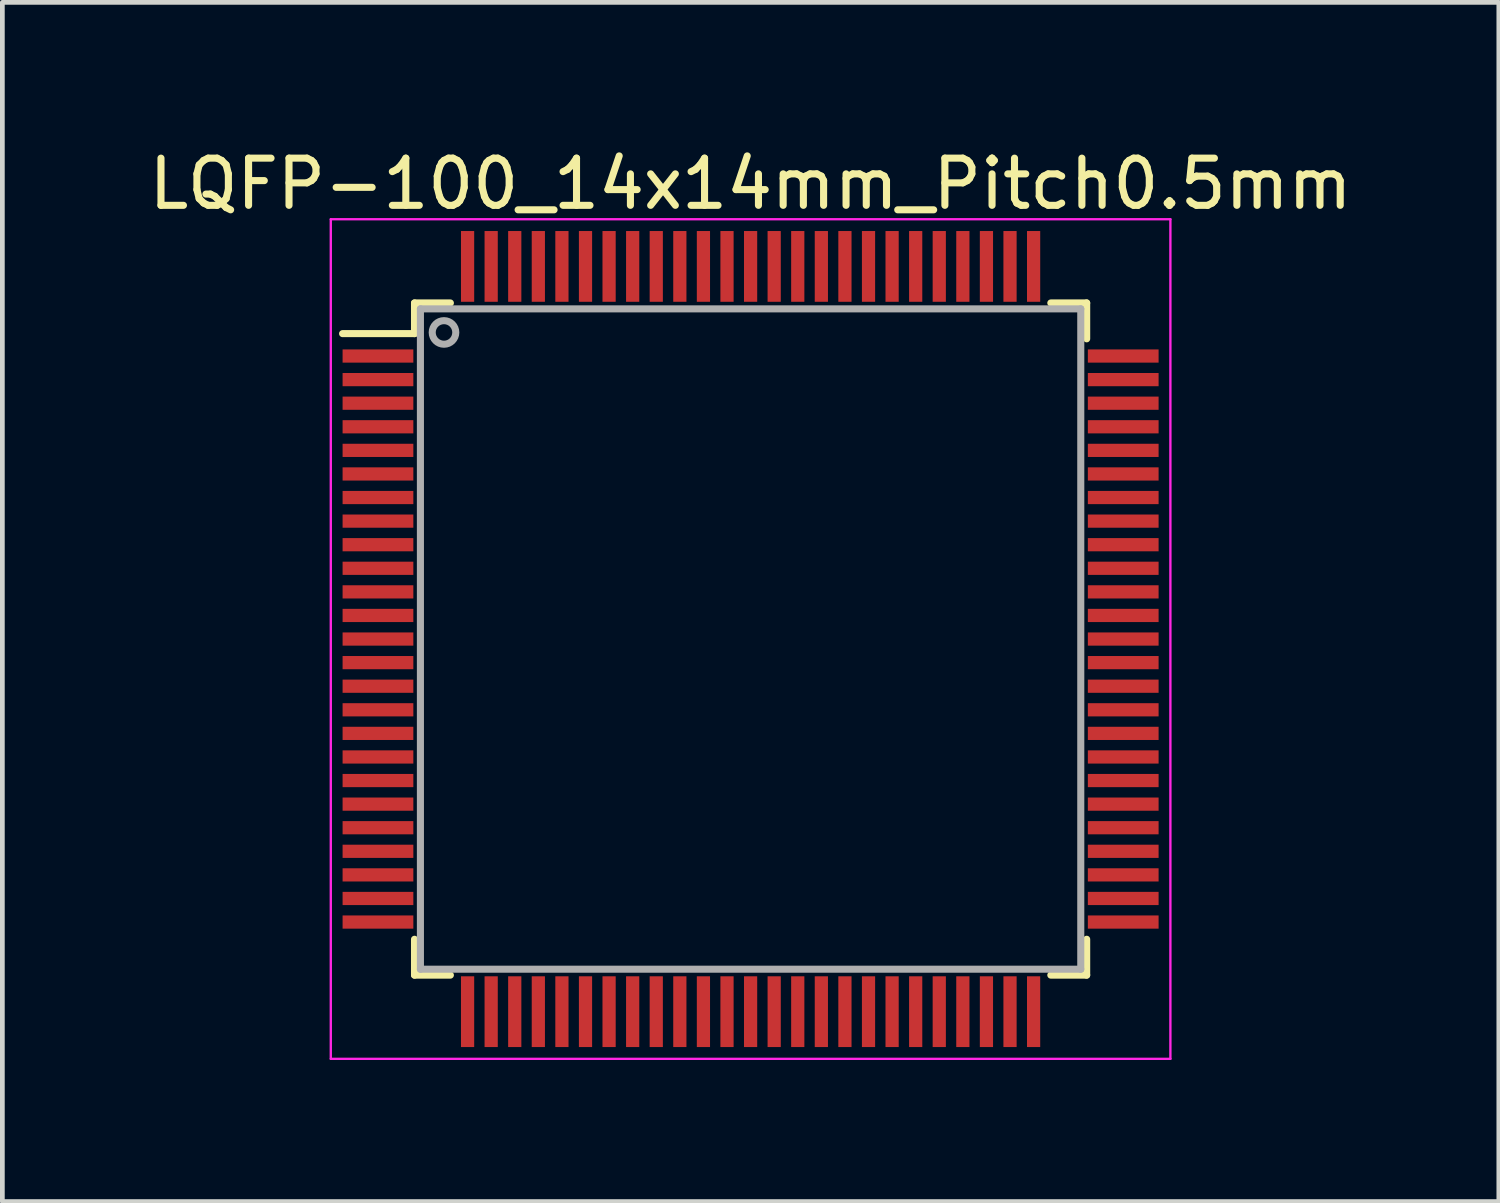
<source format=kicad_pcb>
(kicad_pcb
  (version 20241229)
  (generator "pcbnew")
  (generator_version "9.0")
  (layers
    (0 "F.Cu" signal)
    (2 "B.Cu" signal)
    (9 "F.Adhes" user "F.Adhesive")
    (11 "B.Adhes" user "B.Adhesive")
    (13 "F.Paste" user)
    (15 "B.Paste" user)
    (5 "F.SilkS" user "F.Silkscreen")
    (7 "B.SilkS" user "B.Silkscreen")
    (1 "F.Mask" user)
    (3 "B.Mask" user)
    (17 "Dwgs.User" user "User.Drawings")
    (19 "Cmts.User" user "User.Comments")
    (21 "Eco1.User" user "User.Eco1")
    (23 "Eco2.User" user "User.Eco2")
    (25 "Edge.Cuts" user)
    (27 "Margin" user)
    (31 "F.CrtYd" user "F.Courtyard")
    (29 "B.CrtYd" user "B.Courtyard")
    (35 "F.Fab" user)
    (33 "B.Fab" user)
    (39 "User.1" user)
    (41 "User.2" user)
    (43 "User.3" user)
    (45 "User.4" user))
  (footprint "LQFP-100_14x14mm_Pitch0.5mm"
    (layer "F.Cu")
    (at 12.863 10.498)
    (property "Reference" "LQFP-100_14x14mm_Pitch0.5mm" (at 0 -9.65 0) (layer "F.SilkS") (effects (font (size 1 1) (thickness 0.15))))
    (attr smd)
    (fp_line (start -7.125 -7.125) (end -7.125 -6.475) (stroke (width 0.15) (type solid)) (layer "F.SilkS"))
    (fp_line (start -7.125 -7.125) (end -6.365 -7.125) (stroke (width 0.15) (type solid)) (layer "F.SilkS"))
    (fp_line (start -7.125 -6.475) (end -8.65 -6.475) (stroke (width 0.15) (type solid)) (layer "F.SilkS"))
    (fp_line (start -7.125 7.125) (end -7.125 6.365) (stroke (width 0.15) (type solid)) (layer "F.SilkS"))
    (fp_line (start -7.125 7.125) (end -6.365 7.125) (stroke (width 0.15) (type solid)) (layer "F.SilkS"))
    (fp_line (start 7.125 -7.125) (end 6.365 -7.125) (stroke (width 0.15) (type solid)) (layer "F.SilkS"))
    (fp_line (start 7.125 -7.125) (end 7.125 -6.365) (stroke (width 0.15) (type solid)) (layer "F.SilkS"))
    (fp_line (start 7.125 7.125) (end 6.365 7.125) (stroke (width 0.15) (type solid)) (layer "F.SilkS"))
    (fp_line (start 7.125 7.125) (end 7.125 6.365) (stroke (width 0.15) (type solid)) (layer "F.SilkS"))
    (fp_line (start -8.9 -8.9) (end -8.9 8.9) (stroke (width 0.05) (type solid)) (layer "F.CrtYd"))
    (fp_line (start -8.9 -8.9) (end 8.9 -8.9) (stroke (width 0.05) (type solid)) (layer "F.CrtYd"))
    (fp_line (start -8.9 8.9) (end 8.9 8.9) (stroke (width 0.05) (type solid)) (layer "F.CrtYd"))
    (fp_line (start 8.9 -8.9) (end 8.9 8.9) (stroke (width 0.05) (type solid)) (layer "F.CrtYd"))
    (fp_line (start -7 -7) (end 7 -7) (stroke (width 0.15) (type solid)) (layer "F.Fab"))
    (fp_line (start -7 7) (end -7 -7) (stroke (width 0.15) (type solid)) (layer "F.Fab"))
    (fp_line (start 7 -7) (end 7 7) (stroke (width 0.15) (type solid)) (layer "F.Fab"))
    (fp_line (start 7 7) (end -7 7) (stroke (width 0.15) (type solid)) (layer "F.Fab"))
    (fp_circle (center -6.5 -6.5) (end -6.75 -6.5) (stroke (width 0.15) (type solid)) (fill no) (layer "F.Fab"))
    (pad "1" smd rect (at -7.9 -6) (size 1.5 0.28) (layers "F.Cu" "F.Mask" "F.Paste"))
    (pad "2" smd rect (at -7.9 -5.5) (size 1.5 0.28) (layers "F.Cu" "F.Mask" "F.Paste"))
    (pad "3" smd rect (at -7.9 -5) (size 1.5 0.28) (layers "F.Cu" "F.Mask" "F.Paste"))
    (pad "4" smd rect (at -7.9 -4.5) (size 1.5 0.28) (layers "F.Cu" "F.Mask" "F.Paste"))
    (pad "5" smd rect (at -7.9 -4) (size 1.5 0.28) (layers "F.Cu" "F.Mask" "F.Paste"))
    (pad "6" smd rect (at -7.9 -3.5) (size 1.5 0.28) (layers "F.Cu" "F.Mask" "F.Paste"))
    (pad "7" smd rect (at -7.9 -3) (size 1.5 0.28) (layers "F.Cu" "F.Mask" "F.Paste"))
    (pad "8" smd rect (at -7.9 -2.5) (size 1.5 0.28) (layers "F.Cu" "F.Mask" "F.Paste"))
    (pad "9" smd rect (at -7.9 -2) (size 1.5 0.28) (layers "F.Cu" "F.Mask" "F.Paste"))
    (pad "10" smd rect (at -7.9 -1.5) (size 1.5 0.28) (layers "F.Cu" "F.Mask" "F.Paste"))
    (pad "11" smd rect (at -7.9 -1) (size 1.5 0.28) (layers "F.Cu" "F.Mask" "F.Paste"))
    (pad "12" smd rect (at -7.9 -0.5) (size 1.5 0.28) (layers "F.Cu" "F.Mask" "F.Paste"))
    (pad "13" smd rect (at -7.9 0) (size 1.5 0.28) (layers "F.Cu" "F.Mask" "F.Paste"))
    (pad "14" smd rect (at -7.9 0.5) (size 1.5 0.28) (layers "F.Cu" "F.Mask" "F.Paste"))
    (pad "15" smd rect (at -7.9 1) (size 1.5 0.28) (layers "F.Cu" "F.Mask" "F.Paste"))
    (pad "16" smd rect (at -7.9 1.5) (size 1.5 0.28) (layers "F.Cu" "F.Mask" "F.Paste"))
    (pad "17" smd rect (at -7.9 2) (size 1.5 0.28) (layers "F.Cu" "F.Mask" "F.Paste"))
    (pad "18" smd rect (at -7.9 2.5) (size 1.5 0.28) (layers "F.Cu" "F.Mask" "F.Paste"))
    (pad "19" smd rect (at -7.9 3) (size 1.5 0.28) (layers "F.Cu" "F.Mask" "F.Paste"))
    (pad "20" smd rect (at -7.9 3.5) (size 1.5 0.28) (layers "F.Cu" "F.Mask" "F.Paste"))
    (pad "21" smd rect (at -7.9 4) (size 1.5 0.28) (layers "F.Cu" "F.Mask" "F.Paste"))
    (pad "22" smd rect (at -7.9 4.5) (size 1.5 0.28) (layers "F.Cu" "F.Mask" "F.Paste"))
    (pad "23" smd rect (at -7.9 5) (size 1.5 0.28) (layers "F.Cu" "F.Mask" "F.Paste"))
    (pad "24" smd rect (at -7.9 5.5) (size 1.5 0.28) (layers "F.Cu" "F.Mask" "F.Paste"))
    (pad "25" smd rect (at -7.9 6) (size 1.5 0.28) (layers "F.Cu" "F.Mask" "F.Paste"))
    (pad "26" smd rect (at -6 7.9 90) (size 1.5 0.28) (layers "F.Cu" "F.Mask" "F.Paste"))
    (pad "27" smd rect (at -5.5 7.9 90) (size 1.5 0.28) (layers "F.Cu" "F.Mask" "F.Paste"))
    (pad "28" smd rect (at -5 7.9 90) (size 1.5 0.28) (layers "F.Cu" "F.Mask" "F.Paste"))
    (pad "29" smd rect (at -4.5 7.9 90) (size 1.5 0.28) (layers "F.Cu" "F.Mask" "F.Paste"))
    (pad "30" smd rect (at -4 7.9 90) (size 1.5 0.28) (layers "F.Cu" "F.Mask" "F.Paste"))
    (pad "31" smd rect (at -3.5 7.9 90) (size 1.5 0.28) (layers "F.Cu" "F.Mask" "F.Paste"))
    (pad "32" smd rect (at -3 7.9 90) (size 1.5 0.28) (layers "F.Cu" "F.Mask" "F.Paste"))
    (pad "33" smd rect (at -2.5 7.9 90) (size 1.5 0.28) (layers "F.Cu" "F.Mask" "F.Paste"))
    (pad "34" smd rect (at -2 7.9 90) (size 1.5 0.28) (layers "F.Cu" "F.Mask" "F.Paste"))
    (pad "35" smd rect (at -1.5 7.9 90) (size 1.5 0.28) (layers "F.Cu" "F.Mask" "F.Paste"))
    (pad "36" smd rect (at -1 7.9 90) (size 1.5 0.28) (layers "F.Cu" "F.Mask" "F.Paste"))
    (pad "37" smd rect (at -0.5 7.9 90) (size 1.5 0.28) (layers "F.Cu" "F.Mask" "F.Paste"))
    (pad "38" smd rect (at 0 7.9 90) (size 1.5 0.28) (layers "F.Cu" "F.Mask" "F.Paste"))
    (pad "39" smd rect (at 0.5 7.9 90) (size 1.5 0.28) (layers "F.Cu" "F.Mask" "F.Paste"))
    (pad "40" smd rect (at 1 7.9 90) (size 1.5 0.28) (layers "F.Cu" "F.Mask" "F.Paste"))
    (pad "41" smd rect (at 1.5 7.9 90) (size 1.5 0.28) (layers "F.Cu" "F.Mask" "F.Paste"))
    (pad "42" smd rect (at 2 7.9 90) (size 1.5 0.28) (layers "F.Cu" "F.Mask" "F.Paste"))
    (pad "43" smd rect (at 2.5 7.9 90) (size 1.5 0.28) (layers "F.Cu" "F.Mask" "F.Paste"))
    (pad "44" smd rect (at 3 7.9 90) (size 1.5 0.28) (layers "F.Cu" "F.Mask" "F.Paste"))
    (pad "45" smd rect (at 3.5 7.9 90) (size 1.5 0.28) (layers "F.Cu" "F.Mask" "F.Paste"))
    (pad "46" smd rect (at 4 7.9 90) (size 1.5 0.28) (layers "F.Cu" "F.Mask" "F.Paste"))
    (pad "47" smd rect (at 4.5 7.9 90) (size 1.5 0.28) (layers "F.Cu" "F.Mask" "F.Paste"))
    (pad "48" smd rect (at 5 7.9 90) (size 1.5 0.28) (layers "F.Cu" "F.Mask" "F.Paste"))
    (pad "49" smd rect (at 5.5 7.9 90) (size 1.5 0.28) (layers "F.Cu" "F.Mask" "F.Paste"))
    (pad "50" smd rect (at 6 7.9 90) (size 1.5 0.28) (layers "F.Cu" "F.Mask" "F.Paste"))
    (pad "51" smd rect (at 7.9 6) (size 1.5 0.28) (layers "F.Cu" "F.Mask" "F.Paste"))
    (pad "52" smd rect (at 7.9 5.5) (size 1.5 0.28) (layers "F.Cu" "F.Mask" "F.Paste"))
    (pad "53" smd rect (at 7.9 5) (size 1.5 0.28) (layers "F.Cu" "F.Mask" "F.Paste"))
    (pad "54" smd rect (at 7.9 4.5) (size 1.5 0.28) (layers "F.Cu" "F.Mask" "F.Paste"))
    (pad "55" smd rect (at 7.9 4) (size 1.5 0.28) (layers "F.Cu" "F.Mask" "F.Paste"))
    (pad "56" smd rect (at 7.9 3.5) (size 1.5 0.28) (layers "F.Cu" "F.Mask" "F.Paste"))
    (pad "57" smd rect (at 7.9 3) (size 1.5 0.28) (layers "F.Cu" "F.Mask" "F.Paste"))
    (pad "58" smd rect (at 7.9 2.5) (size 1.5 0.28) (layers "F.Cu" "F.Mask" "F.Paste"))
    (pad "59" smd rect (at 7.9 2) (size 1.5 0.28) (layers "F.Cu" "F.Mask" "F.Paste"))
    (pad "60" smd rect (at 7.9 1.5) (size 1.5 0.28) (layers "F.Cu" "F.Mask" "F.Paste"))
    (pad "61" smd rect (at 7.9 1) (size 1.5 0.28) (layers "F.Cu" "F.Mask" "F.Paste"))
    (pad "62" smd rect (at 7.9 0.5) (size 1.5 0.28) (layers "F.Cu" "F.Mask" "F.Paste"))
    (pad "63" smd rect (at 7.9 0) (size 1.5 0.28) (layers "F.Cu" "F.Mask" "F.Paste"))
    (pad "64" smd rect (at 7.9 -0.5) (size 1.5 0.28) (layers "F.Cu" "F.Mask" "F.Paste"))
    (pad "65" smd rect (at 7.9 -1) (size 1.5 0.28) (layers "F.Cu" "F.Mask" "F.Paste"))
    (pad "66" smd rect (at 7.9 -1.5) (size 1.5 0.28) (layers "F.Cu" "F.Mask" "F.Paste"))
    (pad "67" smd rect (at 7.9 -2) (size 1.5 0.28) (layers "F.Cu" "F.Mask" "F.Paste"))
    (pad "68" smd rect (at 7.9 -2.5) (size 1.5 0.28) (layers "F.Cu" "F.Mask" "F.Paste"))
    (pad "69" smd rect (at 7.9 -3) (size 1.5 0.28) (layers "F.Cu" "F.Mask" "F.Paste"))
    (pad "70" smd rect (at 7.9 -3.5) (size 1.5 0.28) (layers "F.Cu" "F.Mask" "F.Paste"))
    (pad "71" smd rect (at 7.9 -4) (size 1.5 0.28) (layers "F.Cu" "F.Mask" "F.Paste"))
    (pad "72" smd rect (at 7.9 -4.5) (size 1.5 0.28) (layers "F.Cu" "F.Mask" "F.Paste"))
    (pad "73" smd rect (at 7.9 -5) (size 1.5 0.28) (layers "F.Cu" "F.Mask" "F.Paste"))
    (pad "74" smd rect (at 7.9 -5.5) (size 1.5 0.28) (layers "F.Cu" "F.Mask" "F.Paste"))
    (pad "75" smd rect (at 7.9 -6) (size 1.5 0.28) (layers "F.Cu" "F.Mask" "F.Paste"))
    (pad "76" smd rect (at 6 -7.9 90) (size 1.5 0.28) (layers "F.Cu" "F.Mask" "F.Paste"))
    (pad "77" smd rect (at 5.5 -7.9 90) (size 1.5 0.28) (layers "F.Cu" "F.Mask" "F.Paste"))
    (pad "78" smd rect (at 5 -7.9 90) (size 1.5 0.28) (layers "F.Cu" "F.Mask" "F.Paste"))
    (pad "79" smd rect (at 4.5 -7.9 90) (size 1.5 0.28) (layers "F.Cu" "F.Mask" "F.Paste"))
    (pad "80" smd rect (at 4 -7.9 90) (size 1.5 0.28) (layers "F.Cu" "F.Mask" "F.Paste"))
    (pad "81" smd rect (at 3.5 -7.9 90) (size 1.5 0.28) (layers "F.Cu" "F.Mask" "F.Paste"))
    (pad "82" smd rect (at 3 -7.9 90) (size 1.5 0.28) (layers "F.Cu" "F.Mask" "F.Paste"))
    (pad "83" smd rect (at 2.5 -7.9 90) (size 1.5 0.28) (layers "F.Cu" "F.Mask" "F.Paste"))
    (pad "84" smd rect (at 2 -7.9 90) (size 1.5 0.28) (layers "F.Cu" "F.Mask" "F.Paste"))
    (pad "85" smd rect (at 1.5 -7.9 90) (size 1.5 0.28) (layers "F.Cu" "F.Mask" "F.Paste"))
    (pad "86" smd rect (at 1 -7.9 90) (size 1.5 0.28) (layers "F.Cu" "F.Mask" "F.Paste"))
    (pad "87" smd rect (at 0.5 -7.9 90) (size 1.5 0.28) (layers "F.Cu" "F.Mask" "F.Paste"))
    (pad "88" smd rect (at 0 -7.9 90) (size 1.5 0.28) (layers "F.Cu" "F.Mask" "F.Paste"))
    (pad "89" smd rect (at -0.5 -7.9 90) (size 1.5 0.28) (layers "F.Cu" "F.Mask" "F.Paste"))
    (pad "90" smd rect (at -1 -7.9 90) (size 1.5 0.28) (layers "F.Cu" "F.Mask" "F.Paste"))
    (pad "91" smd rect (at -1.5 -7.9 90) (size 1.5 0.28) (layers "F.Cu" "F.Mask" "F.Paste"))
    (pad "92" smd rect (at -2 -7.9 90) (size 1.5 0.28) (layers "F.Cu" "F.Mask" "F.Paste"))
    (pad "93" smd rect (at -2.5 -7.9 90) (size 1.5 0.28) (layers "F.Cu" "F.Mask" "F.Paste"))
    (pad "94" smd rect (at -3 -7.9 90) (size 1.5 0.28) (layers "F.Cu" "F.Mask" "F.Paste"))
    (pad "95" smd rect (at -3.5 -7.9 90) (size 1.5 0.28) (layers "F.Cu" "F.Mask" "F.Paste"))
    (pad "96" smd rect (at -4 -7.9 90) (size 1.5 0.28) (layers "F.Cu" "F.Mask" "F.Paste"))
    (pad "97" smd rect (at -4.5 -7.9 90) (size 1.5 0.28) (layers "F.Cu" "F.Mask" "F.Paste"))
    (pad "98" smd rect (at -5 -7.9 90) (size 1.5 0.28) (layers "F.Cu" "F.Mask" "F.Paste"))
    (pad "99" smd rect (at -5.5 -7.9 90) (size 1.5 0.28) (layers "F.Cu" "F.Mask" "F.Paste"))
    (pad "100" smd rect (at -6 -7.9 90) (size 1.5 0.28) (layers "F.Cu" "F.Mask" "F.Paste")))
  (gr_rect
    (start -3 -3)
    (end 28.726 22.423)
    (stroke (width 0.1) (type default))
    (fill no)
    (layer "Edge.Cuts")))
</source>
